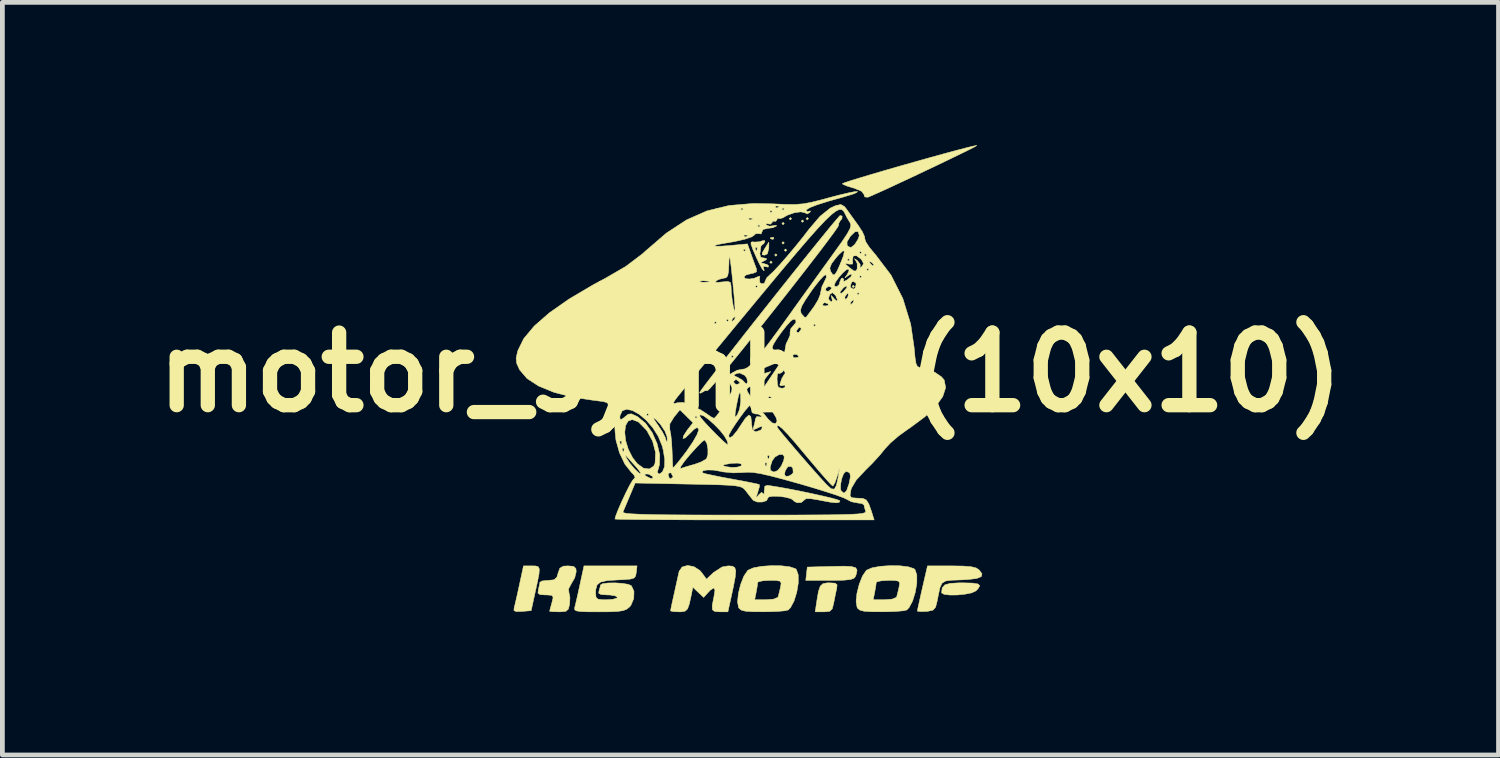
<source format=kicad_pcb>
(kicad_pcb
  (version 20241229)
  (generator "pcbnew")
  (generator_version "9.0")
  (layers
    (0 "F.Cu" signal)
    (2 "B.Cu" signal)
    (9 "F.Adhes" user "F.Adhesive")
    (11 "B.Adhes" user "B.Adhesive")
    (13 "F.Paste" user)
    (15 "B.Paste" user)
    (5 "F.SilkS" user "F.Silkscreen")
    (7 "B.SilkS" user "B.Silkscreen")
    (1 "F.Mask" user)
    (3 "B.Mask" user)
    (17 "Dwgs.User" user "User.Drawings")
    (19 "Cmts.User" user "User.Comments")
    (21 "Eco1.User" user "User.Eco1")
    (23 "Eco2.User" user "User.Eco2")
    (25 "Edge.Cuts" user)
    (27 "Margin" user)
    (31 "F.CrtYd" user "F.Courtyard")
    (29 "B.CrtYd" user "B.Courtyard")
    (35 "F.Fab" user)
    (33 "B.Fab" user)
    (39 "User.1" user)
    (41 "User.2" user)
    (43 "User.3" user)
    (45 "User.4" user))
  (footprint "motor_symbol(10x10)"
    (layer "F.Cu")
    (at 12.707 4.768)
    (property "Reference" "motor_symbol(10x10)" (at 0 0 0) (layer "F.SilkS") (effects (font (size 1.524 1.524) (thickness 0.3))))
    (attr through_hole)
    (fp_poly (pts (xy 0.457 -2.311) (xy 0.432 -2.286) (xy 0.406 -2.311) (xy 0.432 -2.337) (xy 0.457 -2.311)) (stroke (width 0.01) (type solid)) (fill yes) (layer "F.SilkS"))
    (fp_poly (pts (xy 0.559 -2.464) (xy 0.533 -2.438) (xy 0.508 -2.464) (xy 0.533 -2.489) (xy 0.559 -2.464)) (stroke (width 0.01) (type solid)) (fill yes) (layer "F.SilkS"))
    (fp_poly (pts (xy 0.711 -3.124) (xy 0.686 -3.099) (xy 0.66 -3.124) (xy 0.686 -3.15) (xy 0.711 -3.124)) (stroke (width 0.01) (type solid)) (fill yes) (layer "F.SilkS"))
    (fp_poly (pts (xy 0.711 -2.718) (xy 0.686 -2.692) (xy 0.66 -2.718) (xy 0.686 -2.743) (xy 0.711 -2.718)) (stroke (width 0.01) (type solid)) (fill yes) (layer "F.SilkS"))
    (fp_poly (pts (xy 0.762 -2.565) (xy 0.737 -2.54) (xy 0.711 -2.565) (xy 0.737 -2.591) (xy 0.762 -2.565)) (stroke (width 0.01) (type solid)) (fill yes) (layer "F.SilkS"))
    (fp_poly (pts (xy 0.813 -0.025) (xy 0.787 0) (xy 0.762 -0.025) (xy 0.787 -0.051) (xy 0.813 -0.025)) (stroke (width 0.01) (type solid)) (fill yes) (layer "F.SilkS"))
    (fp_poly (pts (xy 0.864 -3.226) (xy 0.838 -3.2) (xy 0.813 -3.226) (xy 0.838 -3.251) (xy 0.864 -3.226)) (stroke (width 0.01) (type solid)) (fill yes) (layer "F.SilkS"))
    (fp_poly (pts (xy 1.118 -3.175) (xy 1.092 -3.15) (xy 1.067 -3.175) (xy 1.092 -3.2) (xy 1.118 -3.175)) (stroke (width 0.01) (type solid)) (fill yes) (layer "F.SilkS"))
    (fp_poly (pts (xy 1.219 -3.226) (xy 1.194 -3.2) (xy 1.168 -3.226) (xy 1.194 -3.251) (xy 1.219 -3.226)) (stroke (width 0.01) (type solid)) (fill yes) (layer "F.SilkS"))
    (fp_poly (pts (xy 2.184 -1.803) (xy 2.159 -1.778) (xy 2.134 -1.803) (xy 2.159 -1.829) (xy 2.184 -1.803)) (stroke (width 0.01) (type solid)) (fill yes) (layer "F.SilkS"))
    (fp_poly (pts (xy 0.491 -2.828) (xy 0.484 -2.798) (xy 0.457 -2.794) (xy 0.415 -2.813) (xy 0.423 -2.828) (xy 0.484 -2.834) (xy 0.491 -2.828)) (stroke (width 0.01) (type solid)) (fill yes) (layer "F.SilkS"))
    (fp_poly (pts (xy 0.388 -2.699) (xy 0.386 -2.603) (xy 0.357 -2.488) (xy 0.298 -2.46) (xy 0.245 -2.469) (xy 0.251 -2.513) (xy 0.295 -2.589) (xy 0.355 -2.685) (xy 0.384 -2.732) (xy 0.388 -2.699)) (stroke (width 0.01) (type solid)) (fill yes) (layer "F.SilkS"))
    (fp_poly (pts (xy 2.122 4.078) (xy 2.21 4.103) (xy 2.239 4.152) (xy 2.225 4.232) (xy 2.204 4.288) (xy 2.172 4.326) (xy 2.099 4.35) (xy 1.967 4.364) (xy 1.757 4.369) (xy 1.668 4.369) (xy 1.162 4.369) (xy 1.178 4.229) (xy 1.194 4.089) (xy 1.714 4.075) (xy 1.962 4.07) (xy 2.122 4.078)) (stroke (width 0.01) (type solid)) (fill yes) (layer "F.SilkS"))
    (fp_poly (pts (xy -4.507 4.066) (xy -4.454 4.083) (xy -4.433 4.132) (xy -4.439 4.232) (xy -4.472 4.4) (xy -4.515 4.597) (xy -4.604 5.004) (xy -4.796 5.02) (xy -4.919 5.024) (xy -4.966 4.999) (xy -4.961 4.944) (xy -4.938 4.851) (xy -4.901 4.691) (xy -4.858 4.495) (xy -4.85 4.458) (xy -4.765 4.064) (xy -4.592 4.064) (xy -4.507 4.066)) (stroke (width 0.01) (type solid)) (fill yes) (layer "F.SilkS"))
    (fp_poly (pts (xy 1.779 4.427) (xy 1.82 4.462) (xy 1.812 4.534) (xy 1.785 4.662) (xy 1.753 4.822) (xy 1.75 4.839) (xy 1.719 4.964) (xy 1.666 5.017) (xy 1.557 5.029) (xy 1.538 5.029) (xy 1.36 5.029) (xy 1.395 4.794) (xy 1.428 4.602) (xy 1.466 4.49) (xy 1.523 4.437) (xy 1.614 4.42) (xy 1.662 4.42) (xy 1.779 4.427)) (stroke (width 0.01) (type solid)) (fill yes) (layer "F.SilkS"))
    (fp_poly (pts (xy 4.661 4.425) (xy 4.78 4.444) (xy 4.816 4.482) (xy 4.778 4.546) (xy 4.733 4.59) (xy 4.647 4.63) (xy 4.507 4.658) (xy 4.343 4.675) (xy 4.187 4.676) (xy 4.067 4.662) (xy 4.014 4.631) (xy 4.013 4.627) (xy 4.027 4.525) (xy 4.081 4.463) (xy 4.194 4.431) (xy 4.385 4.42) (xy 4.45 4.42) (xy 4.661 4.425)) (stroke (width 0.01) (type solid)) (fill yes) (layer "F.SilkS"))
    (fp_poly (pts (xy 4.466 4.068) (xy 4.633 4.081) (xy 4.738 4.107) (xy 4.799 4.146) (xy 4.862 4.23) (xy 4.848 4.289) (xy 4.752 4.328) (xy 4.566 4.351) (xy 4.429 4.358) (xy 4.225 4.365) (xy 4.098 4.381) (xy 4.024 4.426) (xy 3.98 4.519) (xy 3.945 4.68) (xy 3.922 4.801) (xy 3.888 4.932) (xy 3.834 4.993) (xy 3.727 5.017) (xy 3.694 5.02) (xy 3.572 5.024) (xy 3.508 5.015) (xy 3.505 5.011) (xy 3.516 4.954) (xy 3.545 4.821) (xy 3.586 4.636) (xy 3.611 4.525) (xy 3.718 4.064) (xy 4.217 4.064) (xy 4.466 4.068)) (stroke (width 0.01) (type solid)) (fill yes) (layer "F.SilkS"))
    (fp_poly (pts (xy 4.754 -4.763) (xy 4.714 -4.738) (xy 4.598 -4.678) (xy 4.418 -4.59) (xy 4.191 -4.48) (xy 3.932 -4.355) (xy 3.654 -4.223) (xy 3.373 -4.09) (xy 3.104 -3.965) (xy 2.862 -3.852) (xy 2.661 -3.761) (xy 2.516 -3.697) (xy 2.464 -3.676) (xy 2.399 -3.684) (xy 2.388 -3.729) (xy 2.337 -3.8) (xy 2.188 -3.863) (xy 2.159 -3.872) (xy 2.024 -3.913) (xy 1.942 -3.949) (xy 1.93 -3.961) (xy 1.977 -3.982) (xy 2.107 -4.025) (xy 2.305 -4.086) (xy 2.556 -4.161) (xy 2.845 -4.246) (xy 3.158 -4.336) (xy 3.48 -4.427) (xy 3.795 -4.516) (xy 4.089 -4.597) (xy 4.347 -4.666) (xy 4.553 -4.72) (xy 4.694 -4.754) (xy 4.753 -4.763) (xy 4.754 -4.763)) (stroke (width 0.01) (type solid)) (fill yes) (layer "F.SilkS"))
    (fp_poly (pts (xy -3.713 4.074) (xy -3.665 4.119) (xy -3.658 4.185) (xy -3.689 4.314) (xy -3.754 4.426) (xy -3.819 4.548) (xy -3.811 4.622) (xy -3.79 4.724) (xy -3.796 4.863) (xy -3.796 4.864) (xy -3.822 4.971) (xy -3.876 5.018) (xy -3.993 5.029) (xy -4.019 5.029) (xy -4.144 5.026) (xy -4.212 5.019) (xy -4.216 5.016) (xy -4.204 4.964) (xy -4.173 4.853) (xy -4.169 4.838) (xy -4.143 4.729) (xy -4.167 4.683) (xy -4.265 4.674) (xy -4.302 4.674) (xy -4.42 4.667) (xy -4.461 4.633) (xy -4.452 4.559) (xy -4.427 4.454) (xy -4.42 4.407) (xy -4.375 4.381) (xy -4.265 4.369) (xy -4.246 4.369) (xy -4.124 4.356) (xy -4.064 4.301) (xy -4.039 4.216) (xy -4.002 4.112) (xy -3.929 4.07) (xy -3.831 4.064) (xy -3.713 4.074)) (stroke (width 0.01) (type solid)) (fill yes) (layer "F.SilkS"))
    (fp_poly (pts (xy 0.305 -2.746) (xy 0.274 -2.694) (xy 0.262 -2.692) (xy 0.222 -2.652) (xy 0.218 -2.629) (xy 0.204 -2.522) (xy 0.197 -2.492) (xy 0.214 -2.422) (xy 0.241 -2.409) (xy 0.336 -2.39) (xy 0.335 -2.365) (xy 0.279 -2.337) (xy 0.216 -2.303) (xy 0.244 -2.291) (xy 0.264 -2.29) (xy 0.356 -2.26) (xy 0.381 -2.236) (xy 0.372 -2.208) (xy 0.325 -2.219) (xy 0.265 -2.228) (xy 0.274 -2.193) (xy 0.29 -2.14) (xy 0.28 -2.134) (xy 0.244 -2.176) (xy 0.184 -2.287) (xy 0.124 -2.414) (xy 0.048 -2.588) (xy 0.048 -2.591) (xy 0.102 -2.591) (xy 0.12 -2.549) (xy 0.135 -2.557) (xy 0.142 -2.617) (xy 0.135 -2.625) (xy 0.105 -2.618) (xy 0.102 -2.591) (xy 0.048 -2.591) (xy 0.012 -2.688) (xy 0.013 -2.733) (xy 0.049 -2.741) (xy 0.089 -2.735) (xy 0.201 -2.743) (xy 0.241 -2.76) (xy 0.297 -2.768) (xy 0.305 -2.746)) (stroke (width 0.01) (type solid)) (fill yes) (layer "F.SilkS"))
    (fp_poly (pts (xy -1.186 4.08) (xy -1.061 4.161) (xy -1.024 4.204) (xy -0.922 4.343) (xy -0.776 4.204) (xy -0.595 4.087) (xy -0.467 4.064) (xy -0.381 4.07) (xy -0.329 4.099) (xy -0.308 4.168) (xy -0.318 4.292) (xy -0.355 4.489) (xy -0.389 4.647) (xy -0.473 5.029) (xy -0.643 5.029) (xy -0.747 5.022) (xy -0.798 4.986) (xy -0.803 4.898) (xy -0.772 4.738) (xy -0.766 4.712) (xy -0.745 4.574) (xy -0.768 4.527) (xy -0.838 4.57) (xy -0.89 4.624) (xy -0.982 4.726) (xy -1.096 4.619) (xy -1.209 4.513) (xy -1.243 4.682) (xy -1.283 4.864) (xy -1.32 4.968) (xy -1.372 5.015) (xy -1.454 5.029) (xy -1.502 5.029) (xy -1.618 5.024) (xy -1.675 5.01) (xy -1.676 5.007) (xy -1.673 4.984) (xy -1.662 4.925) (xy -1.639 4.818) (xy -1.601 4.648) (xy -1.547 4.402) (xy -1.497 4.178) (xy -1.434 4.087) (xy -1.32 4.055) (xy -1.186 4.08)) (stroke (width 0.01) (type solid)) (fill yes) (layer "F.SilkS"))
    (fp_poly (pts (xy 0.647 4.062) (xy 0.825 4.083) (xy 0.944 4.122) (xy 0.965 4.141) (xy 1.004 4.253) (xy 1.005 4.424) (xy 0.973 4.617) (xy 0.916 4.801) (xy 0.841 4.942) (xy 0.792 4.99) (xy 0.72 5.007) (xy 0.571 5.02) (xy 0.373 5.027) (xy 0.268 5.028) (xy 0.042 5.026) (xy -0.103 5.016) (xy -0.189 4.994) (xy -0.236 4.957) (xy -0.25 4.936) (xy -0.271 4.816) (xy -0.266 4.775) (xy 0.089 4.775) (xy 0.325 4.775) (xy 0.486 4.762) (xy 0.573 4.726) (xy 0.582 4.712) (xy 0.607 4.617) (xy 0.632 4.508) (xy 0.645 4.426) (xy 0.621 4.385) (xy 0.538 4.37) (xy 0.407 4.369) (xy 0.262 4.377) (xy 0.17 4.397) (xy 0.152 4.413) (xy 0.143 4.491) (xy 0.121 4.615) (xy 0.121 4.616) (xy 0.089 4.775) (xy -0.266 4.775) (xy -0.253 4.642) (xy -0.205 4.452) (xy -0.138 4.28) (xy -0.059 4.163) (xy -0.049 4.154) (xy 0.062 4.105) (xy 0.236 4.073) (xy 0.441 4.059) (xy 0.647 4.062)) (stroke (width 0.01) (type solid)) (fill yes) (layer "F.SilkS"))
    (fp_poly (pts (xy 3.137 4.062) (xy 3.314 4.083) (xy 3.433 4.122) (xy 3.455 4.141) (xy 3.494 4.253) (xy 3.494 4.424) (xy 3.462 4.617) (xy 3.405 4.801) (xy 3.33 4.942) (xy 3.282 4.99) (xy 3.209 5.007) (xy 3.06 5.02) (xy 2.863 5.027) (xy 2.758 5.028) (xy 2.532 5.026) (xy 2.386 5.016) (xy 2.3 4.994) (xy 2.253 4.957) (xy 2.24 4.936) (xy 2.219 4.816) (xy 2.223 4.775) (xy 2.578 4.775) (xy 2.815 4.775) (xy 2.975 4.762) (xy 3.062 4.726) (xy 3.071 4.712) (xy 3.096 4.617) (xy 3.121 4.508) (xy 3.134 4.426) (xy 3.111 4.385) (xy 3.028 4.37) (xy 2.897 4.369) (xy 2.751 4.377) (xy 2.659 4.397) (xy 2.642 4.413) (xy 2.632 4.491) (xy 2.61 4.615) (xy 2.61 4.616) (xy 2.578 4.775) (xy 2.223 4.775) (xy 2.236 4.642) (xy 2.284 4.452) (xy 2.351 4.28) (xy 2.43 4.163) (xy 2.44 4.154) (xy 2.552 4.105) (xy 2.725 4.073) (xy 2.93 4.059) (xy 3.137 4.062)) (stroke (width 0.01) (type solid)) (fill yes) (layer "F.SilkS"))
    (fp_poly (pts (xy -2.397 4.204) (xy -2.41 4.275) (xy -2.443 4.318) (xy -2.518 4.341) (xy -2.659 4.353) (xy -2.793 4.359) (xy -3.011 4.373) (xy -3.147 4.404) (xy -3.219 4.462) (xy -3.247 4.56) (xy -3.25 4.636) (xy -3.243 4.721) (xy -3.202 4.762) (xy -3.099 4.775) (xy -3.023 4.775) (xy -2.886 4.765) (xy -2.804 4.74) (xy -2.794 4.724) (xy -2.839 4.693) (xy -2.952 4.675) (xy -3.003 4.674) (xy -3.134 4.666) (xy -3.185 4.639) (xy -3.18 4.593) (xy -3.153 4.496) (xy -3.15 4.466) (xy -3.105 4.438) (xy -2.991 4.423) (xy -2.842 4.421) (xy -2.688 4.431) (xy -2.562 4.453) (xy -2.499 4.481) (xy -2.445 4.598) (xy -2.45 4.75) (xy -2.51 4.892) (xy -2.54 4.928) (xy -2.598 4.974) (xy -2.676 5.004) (xy -2.794 5.021) (xy -2.976 5.028) (xy -3.178 5.029) (xy -3.417 5.028) (xy -3.571 5.022) (xy -3.657 5.008) (xy -3.691 4.983) (xy -3.691 4.945) (xy -3.69 4.94) (xy -3.668 4.85) (xy -3.631 4.691) (xy -3.588 4.496) (xy -3.58 4.458) (xy -3.495 4.064) (xy -2.381 4.064) (xy -2.397 4.204)) (stroke (width 0.01) (type solid)) (fill yes) (layer "F.SilkS"))
    (fp_poly (pts (xy 1.926 -3.28) (xy 1.921 -3.224) (xy 1.879 -3.174) (xy 1.849 -3.114) (xy 1.856 -3.096) (xy 1.831 -3.049) (xy 1.751 -2.933) (xy 1.622 -2.759) (xy 1.453 -2.535) (xy 1.251 -2.273) (xy 1.024 -1.981) (xy 0.781 -1.67) (xy 0.528 -1.35) (xy 0.273 -1.029) (xy 0.024 -0.719) (xy -0.21 -0.428) (xy -0.423 -0.167) (xy -0.606 0.054) (xy -0.752 0.227) (xy -0.852 0.34) (xy -0.9 0.384) (xy -0.903 0.384) (xy -0.959 0.388) (xy -0.999 0.413) (xy -1.055 0.44) (xy -1.066 0.425) (xy -1.035 0.377) (xy -0.949 0.259) (xy -0.813 0.082) (xy -0.637 -0.146) (xy -0.494 -0.33) (xy -0.406 -0.33) (xy -0.381 -0.305) (xy -0.356 -0.33) (xy -0.381 -0.356) (xy -0.406 -0.33) (xy -0.494 -0.33) (xy -0.428 -0.414) (xy -0.193 -0.713) (xy -0.095 -0.838) (xy 0 -0.838) (xy 0.025 -0.813) (xy 0.051 -0.838) (xy 0.025 -0.864) (xy 0 -0.838) (xy -0.095 -0.838) (xy 0.059 -1.034) (xy 0.322 -1.366) (xy 0.587 -1.7) (xy 0.847 -2.026) (xy 1.094 -2.335) (xy 1.321 -2.617) (xy 1.52 -2.862) (xy 1.683 -3.062) (xy 1.803 -3.205) (xy 1.871 -3.282) (xy 1.884 -3.294) (xy 1.926 -3.28)) (stroke (width 0.01) (type solid)) (fill yes) (layer "F.SilkS"))
    (fp_poly (pts (xy 2.233 -3.776) (xy 2.14 -3.738) (xy 1.987 -3.692) (xy 1.978 -3.689) (xy 1.644 -3.595) (xy 1.402 -3.519) (xy 1.248 -3.459) (xy 1.176 -3.413) (xy 1.168 -3.397) (xy 1.201 -3.372) (xy 1.227 -3.383) (xy 1.262 -3.389) (xy 1.248 -3.358) (xy 1.191 -3.325) (xy 1.146 -3.35) (xy 1.057 -3.37) (xy 0.919 -3.35) (xy 0.774 -3.299) (xy 0.681 -3.244) (xy 0.611 -3.225) (xy 0.592 -3.235) (xy 0.562 -3.229) (xy 0.559 -3.206) (xy 0.529 -3.168) (xy 0.508 -3.175) (xy 0.461 -3.168) (xy 0.457 -3.147) (xy 0.42 -3.111) (xy 0.378 -3.118) (xy 0.326 -3.122) (xy 0.332 -3.096) (xy 0.4 -3.068) (xy 0.474 -3.078) (xy 0.543 -3.089) (xy 0.544 -3.069) (xy 0.468 -3.036) (xy 0.366 -3.023) (xy 0.263 -2.999) (xy 0.243 -2.951) (xy 0.224 -2.905) (xy 0.183 -2.912) (xy 0.109 -2.911) (xy 0.091 -2.89) (xy 0.029 -2.845) (xy -0.118 -2.795) (xy -0.334 -2.746) (xy -0.533 -2.712) (xy -0.692 -2.683) (xy -0.755 -2.661) (xy -0.727 -2.649) (xy -0.614 -2.649) (xy -0.425 -2.663) (xy -0.062 -2.697) (xy 0.014 -2.479) (xy 0.069 -2.326) (xy 0.115 -2.203) (xy 0.126 -2.175) (xy 0.128 -2.11) (xy 0.052 -2.078) (xy 0.021 -2.074) (xy -0.088 -2.045) (xy -0.136 -2.005) (xy -0.11 -1.969) (xy -0.024 -1.959) (xy 0.082 -1.976) (xy 0.151 -2.006) (xy 0.199 -2.019) (xy 0.19 -1.968) (xy 0.198 -1.885) (xy 0.232 -1.86) (xy 0.295 -1.87) (xy 0.305 -1.904) (xy 0.343 -1.986) (xy 0.406 -2.046) (xy 0.486 -2.12) (xy 0.612 -2.255) (xy 0.768 -2.433) (xy 0.938 -2.635) (xy 1.106 -2.843) (xy 1.235 -3.011) (xy 1.462 -3.276) (xy 1.676 -3.448) (xy 1.789 -3.501) (xy 1.899 -3.524) (xy 1.975 -3.481) (xy 2.019 -3.425) (xy 2.103 -3.308) (xy 2.213 -3.156) (xy 2.265 -3.084) (xy 2.351 -2.951) (xy 2.398 -2.845) (xy 2.401 -2.806) (xy 2.422 -2.74) (xy 2.498 -2.624) (xy 2.614 -2.484) (xy 2.627 -2.47) (xy 2.953 -2.04) (xy 3.2 -1.55) (xy 3.365 -1.014) (xy 3.437 -0.522) (xy 3.456 -0.315) (xy 3.476 -0.188) (xy 3.505 -0.125) (xy 3.547 -0.103) (xy 3.569 -0.102) (xy 3.713 -0.072) (xy 3.874 0.000186) (xy 4.01 0.093) (xy 4.069 0.162) (xy 4.099 0.322) (xy 4.038 0.509) (xy 3.89 0.716) (xy 3.66 0.936) (xy 3.353 1.164) (xy 3.303 1.197) (xy 3.117 1.331) (xy 2.947 1.476) (xy 2.828 1.602) (xy 2.822 1.61) (xy 2.71 1.747) (xy 2.557 1.913) (xy 2.412 2.057) (xy 2.223 2.26) (xy 2.121 2.431) (xy 2.108 2.477) (xy 2.092 2.586) (xy 2.122 2.632) (xy 2.222 2.641) (xy 2.258 2.642) (xy 2.363 2.648) (xy 2.432 2.68) (xy 2.484 2.76) (xy 2.538 2.909) (xy 2.562 2.985) (xy 2.598 3.099) (xy -0.124 3.099) (xy -0.639 3.098) (xy -1.122 3.098) (xy -1.564 3.096) (xy -1.956 3.094) (xy -2.288 3.092) (xy -2.551 3.089) (xy -2.735 3.086) (xy -2.832 3.082) (xy -2.845 3.08) (xy -2.824 3.003) (xy -2.796 2.934) (xy -2.677 2.934) (xy -2.664 2.948) (xy -2.607 2.961) (xy -2.5 2.971) (xy -2.335 2.979) (xy -2.105 2.986) (xy -1.805 2.991) (xy -1.426 2.994) (xy -0.963 2.996) (xy -0.407 2.997) (xy -0.127 2.997) (xy 0.453 2.997) (xy 0.94 2.996) (xy 1.341 2.994) (xy 1.664 2.992) (xy 1.917 2.987) (xy 2.109 2.981) (xy 2.247 2.974) (xy 2.339 2.964) (xy 2.393 2.951) (xy 2.417 2.936) (xy 2.419 2.919) (xy 2.418 2.917) (xy 2.391 2.82) (xy 2.388 2.79) (xy 2.344 2.756) (xy 2.252 2.743) (xy 2.118 2.717) (xy 2.036 2.673) (xy 1.963 2.637) (xy 1.81 2.58) (xy 1.591 2.508) (xy 1.325 2.426) (xy 1.029 2.339) (xy 1.021 2.337) (xy 0.676 2.241) (xy 0.412 2.172) (xy 0.297 2.146) (xy 0.715 2.146) (xy 0.744 2.184) (xy 0.813 2.176) (xy 0.88 2.132) (xy 0.898 2.103) (xy 0.89 2.012) (xy 0.858 1.978) (xy 0.787 1.98) (xy 0.732 2.062) (xy 0.715 2.146) (xy 0.297 2.146) (xy 0.213 2.127) (xy 0.061 2.103) (xy -0.058 2.097) (xy -0.158 2.104) (xy -0.365 2.111) (xy -0.579 2.09) (xy -0.631 2.078) (xy -0.778 2.053) (xy -0.908 2.05) (xy -0.995 2.066) (xy -1.013 2.1) (xy -1.006 2.109) (xy -0.949 2.128) (xy -0.813 2.158) (xy -0.619 2.198) (xy -0.404 2.238) (xy -0.175 2.28) (xy 0.014 2.317) (xy 0.143 2.344) (xy 0.19 2.358) (xy 0.186 2.411) (xy 0.154 2.518) (xy 0.154 2.52) (xy 0.123 2.614) (xy 0.132 2.623) (xy 0.172 2.575) (xy 0.234 2.518) (xy 0.27 2.549) (xy 0.271 2.55) (xy 0.288 2.559) (xy 0.289 2.489) (xy 0.303 2.391) (xy 0.356 2.372) (xy 0.542 2.401) (xy 0.77 2.441) (xy 1.018 2.489) (xy 1.267 2.541) (xy 1.498 2.592) (xy 1.69 2.637) (xy 1.824 2.674) (xy 1.879 2.697) (xy 1.88 2.698) (xy 1.863 2.73) (xy 1.803 2.74) (xy 1.68 2.727) (xy 1.479 2.69) (xy 1.447 2.683) (xy 1.27 2.653) (xy 1.171 2.652) (xy 1.13 2.68) (xy 1.129 2.683) (xy 1.07 2.732) (xy 0.979 2.739) (xy 0.911 2.702) (xy 0.906 2.691) (xy 0.852 2.653) (xy 0.74 2.623) (xy 0.603 2.604) (xy 0.474 2.601) (xy 0.386 2.615) (xy 0.366 2.641) (xy 0.338 2.694) (xy 0.25 2.723) (xy 0.145 2.723) (xy 0.061 2.689) (xy 0.054 2.681) (xy -0.016 2.594) (xy -0.094 2.493) (xy -0.127 2.453) (xy -0.166 2.422) (xy -0.224 2.399) (xy -0.314 2.383) (xy -0.451 2.371) (xy -0.648 2.362) (xy -0.918 2.355) (xy -1.276 2.347) (xy -1.304 2.347) (xy -2.42 2.324) (xy -2.535 2.597) (xy -2.602 2.757) (xy -2.656 2.883) (xy -2.677 2.934) (xy -2.796 2.934) (xy -2.769 2.865) (xy -2.694 2.695) (xy -2.612 2.521) (xy -2.536 2.371) (xy -2.479 2.274) (xy -2.463 2.255) (xy -2.421 2.205) (xy -2.451 2.146) (xy -2.455 2.143) (xy -2.232 2.143) (xy -2.195 2.178) (xy -2.184 2.184) (xy -2.091 2.229) (xy -2.047 2.222) (xy -2.057 2.184) (xy -2.104 2.156) (xy -1.727 2.156) (xy -1.701 2.226) (xy -1.676 2.235) (xy -1.627 2.199) (xy -1.626 2.187) (xy -1.663 2.119) (xy -1.676 2.108) (xy -1.72 2.12) (xy -1.727 2.156) (xy -2.104 2.156) (xy -2.13 2.14) (xy -2.175 2.134) (xy -2.232 2.143) (xy -2.455 2.143) (xy -2.497 2.103) (xy -2.636 1.928) (xy -2.721 1.749) (xy -2.625 1.749) (xy -2.601 1.803) (xy -2.532 1.909) (xy -2.439 2.02) (xy -2.351 2.105) (xy -2.3 2.134) (xy -2.31 2.101) (xy -2.373 2.017) (xy -2.416 1.968) (xy -2.518 1.855) (xy -2.595 1.769) (xy -2.609 1.753) (xy -2.625 1.749) (xy -2.721 1.749) (xy -2.75 1.688) (xy -2.767 1.626) (xy -2.692 1.626) (xy -2.674 1.667) (xy -2.659 1.659) (xy -2.652 1.599) (xy -2.659 1.592) (xy -2.689 1.599) (xy -2.692 1.626) (xy -2.767 1.626) (xy -2.81 1.473) (xy -2.743 1.473) (xy -2.725 1.515) (xy -2.709 1.507) (xy -2.703 1.447) (xy -2.709 1.439) (xy -2.74 1.446) (xy -2.743 1.473) (xy -2.81 1.473) (xy -2.824 1.422) (xy -2.84 1.26) (xy -2.639 1.26) (xy -2.621 1.43) (xy -2.566 1.611) (xy -2.476 1.789) (xy -2.376 1.917) (xy -2.246 2.012) (xy -2.123 2.029) (xy -2.031 1.97) (xy -2.002 1.905) (xy -1.992 1.682) (xy -2.055 1.443) (xy -2.176 1.221) (xy -2.34 1.052) (xy -2.36 1.038) (xy -2.482 0.992) (xy -2.569 1.025) (xy -2.622 1.12) (xy -2.639 1.26) (xy -2.84 1.26) (xy -2.844 1.214) (xy -2.854 1.023) (xy -2.863 0.96) (xy -2.742 0.96) (xy -2.725 0.996) (xy -2.661 0.957) (xy -2.639 0.937) (xy -2.565 0.879) (xy -2.5 0.872) (xy -2.4 0.916) (xy -2.365 0.935) (xy -2.203 1.068) (xy -2.063 1.266) (xy -1.96 1.497) (xy -1.904 1.732) (xy -1.91 1.94) (xy -1.926 1.994) (xy -1.954 2.095) (xy -1.93 2.131) (xy -1.908 2.134) (xy -1.848 2.09) (xy -1.819 2.02) (xy -1.475 2.02) (xy -1.464 2.019) (xy -1.36 1.985) (xy -1.26 1.956) (xy -0.581 1.956) (xy -0.526 1.976) (xy -0.508 1.981) (xy -0.384 1.997) (xy -0.29 1.991) (xy 0.414 1.991) (xy 0.422 2.06) (xy 0.485 2.091) (xy 0.495 2.093) (xy 0.571 2.063) (xy 0.647 1.97) (xy 0.7 1.848) (xy 0.711 1.772) (xy 0.678 1.723) (xy 0.602 1.728) (xy 0.517 1.776) (xy 0.457 1.856) (xy 0.456 1.858) (xy 0.414 1.991) (xy -0.29 1.991) (xy -0.268 1.989) (xy -0.193 1.964) (xy -0.187 1.93) (xy 0.305 1.93) (xy 0.323 1.972) (xy 0.339 1.964) (xy 0.345 1.904) (xy 0.339 1.897) (xy 0.308 1.904) (xy 0.305 1.93) (xy -0.187 1.93) (xy -0.187 1.926) (xy -0.188 1.925) (xy -0.261 1.906) (xy -0.391 1.91) (xy -0.433 1.916) (xy -0.553 1.939) (xy -0.581 1.956) (xy -1.26 1.956) (xy -1.212 1.942) (xy -1.177 1.933) (xy -1.036 1.882) (xy -0.934 1.824) (xy -0.92 1.81) (xy -0.91 1.778) (xy 0.356 1.778) (xy 0.374 1.82) (xy 0.389 1.812) (xy 0.396 1.752) (xy 0.389 1.744) (xy 0.359 1.751) (xy 0.356 1.778) (xy -0.91 1.778) (xy -0.893 1.728) (xy -0.893 1.609) (xy -0.914 1.495) (xy -0.952 1.428) (xy -0.967 1.422) (xy -1.016 1.458) (xy -1.112 1.554) (xy -1.237 1.691) (xy -1.278 1.737) (xy -1.391 1.875) (xy -1.46 1.975) (xy -1.475 2.02) (xy -1.819 2.02) (xy -1.804 1.984) (xy -1.804 1.982) (xy -1.799 1.833) (xy -1.83 1.635) (xy -1.853 1.546) (xy -1.935 1.345) (xy -2.051 1.162) (xy -2.189 1.004) (xy -2.249 0.953) (xy -2.034 0.953) (xy -2.024 0.986) (xy -1.952 1.093) (xy -1.938 1.113) (xy -1.847 1.253) (xy -1.787 1.371) (xy -1.774 1.417) (xy -1.76 1.46) (xy -1.746 1.439) (xy -1.75 1.355) (xy -1.794 1.237) (xy -1.795 1.235) (xy -1.823 1.194) (xy -1.694 1.194) (xy -1.673 1.297) (xy -1.655 1.463) (xy -1.646 1.626) (xy -1.639 1.802) (xy -1.633 1.938) (xy -1.63 2) (xy -1.601 1.982) (xy -1.526 1.896) (xy -1.418 1.758) (xy -1.341 1.656) (xy -1.208 1.461) (xy -1.12 1.306) (xy -1.085 1.207) (xy -1.087 1.19) (xy -1.12 1.159) (xy -1.184 1.196) (xy -1.268 1.281) (xy -1.368 1.376) (xy -1.416 1.39) (xy -1.405 1.335) (xy -1.331 1.219) (xy -1.314 1.196) (xy -1.205 1.058) (xy -1.325 0.94) (xy -1.168 0.94) (xy -1.143 0.965) (xy -1.118 0.94) (xy -1.143 0.914) (xy -1.168 0.94) (xy -1.325 0.94) (xy -1.351 0.914) (xy -1.067 0.914) (xy -1.034 0.964) (xy -0.948 1.063) (xy -0.831 1.188) (xy -0.703 1.318) (xy -0.586 1.431) (xy -0.501 1.506) (xy -0.472 1.524) (xy -0.476 1.484) (xy -0.491 1.435) (xy -0.547 1.335) (xy -0.548 1.334) (xy -0.457 1.334) (xy -0.435 1.377) (xy -0.373 1.339) (xy -0.281 1.228) (xy -0.205 1.112) (xy -0.101 0.958) (xy -0.032 0.897) (xy 0.008 0.928) (xy 0.023 1.05) (xy 0.024 1.082) (xy 0.04 1.199) (xy 0.094 1.242) (xy 0.123 1.245) (xy 0.215 1.214) (xy 0.243 1.176) (xy 0.244 1.147) (xy 0.559 1.147) (xy 0.59 1.193) (xy 0.676 1.299) (xy 0.803 1.45) (xy 0.957 1.631) (xy 1.125 1.826) (xy 1.295 2.02) (xy 1.452 2.197) (xy 1.584 2.341) (xy 1.6 2.358) (xy 1.695 2.444) (xy 1.76 2.453) (xy 1.805 2.376) (xy 1.809 2.357) (xy 1.893 2.357) (xy 1.895 2.463) (xy 1.906 2.49) (xy 1.965 2.538) (xy 2.02 2.485) (xy 2.071 2.339) (xy 2.1 2.187) (xy 2.085 2.109) (xy 2.021 2.083) (xy 2.004 2.083) (xy 1.957 2.127) (xy 1.917 2.232) (xy 1.893 2.357) (xy 1.809 2.357) (xy 1.842 2.205) (xy 1.845 2.184) (xy 1.873 2.007) (xy 1.817 2.197) (xy 1.774 2.318) (xy 1.736 2.384) (xy 1.729 2.388) (xy 1.687 2.35) (xy 1.593 2.248) (xy 1.457 2.093) (xy 1.292 1.898) (xy 1.17 1.753) (xy 0.95 1.49) (xy 0.785 1.302) (xy 0.67 1.182) (xy 0.598 1.124) (xy 0.564 1.123) (xy 0.559 1.147) (xy 0.244 1.147) (xy 0.244 1.134) (xy 0.186 1.151) (xy 0.151 1.169) (xy 0.07 1.206) (xy 0.056 1.182) (xy 0.068 1.145) (xy 0.098 1.026) (xy 0.102 0.981) (xy 0.134 0.927) (xy 0.18 0.934) (xy 0.233 0.937) (xy 0.227 0.912) (xy 0.156 0.875) (xy 0.11 0.875) (xy 0.037 0.849) (xy 0.025 0.804) (xy 0.01 0.715) (xy -0.003 0.692) (xy -0.039 0.718) (xy -0.114 0.806) (xy -0.208 0.933) (xy -0.307 1.073) (xy -0.392 1.204) (xy -0.446 1.301) (xy -0.457 1.334) (xy -0.548 1.334) (xy -0.641 1.217) (xy -0.757 1.097) (xy -0.875 0.992) (xy -0.978 0.917) (xy -1.048 0.891) (xy -1.067 0.914) (xy -1.351 0.914) (xy -1.48 0.787) (xy -1.605 0.94) (xy -1.692 1.081) (xy -1.694 1.194) (xy -1.823 1.194) (xy -1.889 1.094) (xy -1.984 0.99) (xy -2.034 0.953) (xy -2.249 0.953) (xy -2.326 0.889) (xy -2.184 0.889) (xy -2.159 0.914) (xy -2.134 0.889) (xy -2.159 0.864) (xy -2.184 0.889) (xy -2.326 0.889) (xy -2.335 0.881) (xy -2.476 0.802) (xy -2.599 0.775) (xy -2.691 0.808) (xy -2.739 0.91) (xy -2.742 0.96) (xy -2.863 0.96) (xy -2.879 0.849) (xy -2.898 0.776) (xy -2.934 0.694) (xy -2.987 0.644) (xy -2.991 0.643) (xy -1.619 0.643) (xy -1.594 0.655) (xy -1.532 0.638) (xy -1.411 0.631) (xy -1.349 0.658) (xy -1.242 0.715) (xy -1.172 0.736) (xy -1.056 0.782) (xy -0.932 0.861) (xy -0.831 0.932) (xy -0.765 0.965) (xy -0.762 0.965) (xy -0.725 0.93) (xy -0.324 0.93) (xy -0.303 0.926) (xy -0.275 0.891) (xy -0.228 0.777) (xy -0.204 0.621) (xy -0.203 0.591) (xy -0.208 0.456) (xy -0.223 0.42) (xy -0.249 0.485) (xy -0.284 0.651) (xy -0.296 0.71) (xy -0.321 0.863) (xy -0.324 0.93) (xy -0.725 0.93) (xy -0.719 0.925) (xy -0.641 0.82) (xy -0.544 0.672) (xy -0.538 0.662) (xy -0.442 0.5) (xy -0.394 0.398) (xy -0.39 0.361) (xy -0.076 0.361) (xy -0.063 0.404) (xy -0.017 0.477) (xy 0.072 0.598) (xy 0.212 0.781) (xy 0.248 0.828) (xy 0.372 0.982) (xy 0.457 1.061) (xy 0.515 1.076) (xy 0.538 1.063) (xy 0.559 1.02) (xy 0.537 0.947) (xy 0.466 0.829) (xy 0.337 0.65) (xy 0.321 0.63) (xy 0.242 0.529) (xy 0.371 0.529) (xy 0.406 0.559) (xy 0.487 0.604) (xy 0.498 0.587) (xy 0.483 0.559) (xy 0.408 0.51) (xy 0.391 0.509) (xy 0.371 0.529) (xy 0.242 0.529) (xy 0.18 0.449) (xy 0.083 0.342) (xy 0.017 0.299) (xy -0.029 0.308) (xy -0.031 0.31) (xy -0.062 0.335) (xy -0.076 0.361) (xy -0.39 0.361) (xy -0.387 0.327) (xy -0.415 0.261) (xy -0.43 0.238) (xy -0.449 0.203) (xy -0.356 0.203) (xy -0.314 0.248) (xy -0.276 0.254) (xy -0.224 0.229) (xy -0.229 0.203) (xy -0.294 0.154) (xy -0.308 0.152) (xy -0.354 0.191) (xy -0.356 0.203) (xy -0.449 0.203) (xy -0.48 0.145) (xy -0.461 0.08) (xy -0.437 0.055) (xy -0.349 0.055) (xy -0.32 0.083) (xy -0.272 0.103) (xy -0.167 0.164) (xy -0.123 0.21) (xy -0.084 0.248) (xy -0.061 0.208) (xy -0.075 0.123) (xy -0.113 0.069) (xy 0.00039 0.069) (xy 0.04 0.092) (xy 0.102 0.082) (xy 0.237 0.04) (xy 0.315 0.017) (xy 0.427 -0.017) (xy 0.315 0.125) (xy 0.239 0.242) (xy 0.204 0.338) (xy 0.203 0.346) (xy 0.204 0.387) (xy 0.212 0.401) (xy 0.24 0.373) (xy 0.298 0.292) (xy 0.397 0.144) (xy 0.403 0.135) (xy 0.559 0.135) (xy 0.568 0.253) (xy 0.588 0.317) (xy 0.666 0.336) (xy 0.764 0.308) (xy 0.799 0.282) (xy 0.789 0.259) (xy 0.724 0.267) (xy 0.64 0.284) (xy 0.616 0.262) (xy 0.642 0.177) (xy 0.66 0.127) (xy 0.711 0.041) (xy 0.758 0.023) (xy 0.824 0.017) (xy 0.836 0.003) (xy 0.903 -0.025) (xy 0.941 -0.018) (xy 1.006 -0.019) (xy 1.016 -0.042) (xy 0.975 -0.077) (xy 0.914 -0.076) (xy 0.842 -0.081) (xy 0.811 -0.149) (xy 0.805 -0.219) (xy 0.799 -0.356) (xy 0.89 -0.356) (xy 0.901 -0.312) (xy 0.937 -0.305) (xy 1.006 -0.317) (xy 1.016 -0.327) (xy 0.979 -0.375) (xy 0.912 -0.376) (xy 0.89 -0.356) (xy 0.799 -0.356) (xy 0.798 -0.381) (xy 0.776 -0.234) (xy 0.738 -0.107) (xy 0.678 -0.012) (xy 0.616 0.026) (xy 0.59 0.015) (xy 0.569 0.035) (xy 0.559 0.128) (xy 0.559 0.135) (xy 0.403 0.135) (xy 0.449 0.067) (xy 0.66 -0.248) (xy 0.33 -0.111) (xy 0.167 -0.038) (xy 0.049 0.026) (xy 0.001 0.068) (xy 0.00039 0.069) (xy -0.113 0.069) (xy -0.117 0.064) (xy -0.227 0.013) (xy -0.288 0.024) (xy -0.349 0.055) (xy -0.437 0.055) (xy -0.409 0.027) (xy -0.28 -0.044) (xy -0.175 -0.064) (xy -0.119 -0.072) (xy -0.057 -0.103) (xy 0.018 -0.166) (xy 0.114 -0.268) (xy 0.237 -0.419) (xy 0.315 -0.521) (xy 0.457 -0.521) (xy 0.499 -0.436) (xy 0.592 -0.376) (xy 0.659 -0.369) (xy 0.719 -0.425) (xy 0.728 -0.482) (xy 0.749 -0.6) (xy 0.788 -0.676) (xy 0.832 -0.777) (xy 0.832 -0.836) (xy 0.836 -0.858) (xy 0.965 -0.858) (xy 0.996 -0.83) (xy 1.016 -0.838) (xy 1.065 -0.905) (xy 1.067 -0.92) (xy 1.036 -0.948) (xy 1.016 -0.94) (xy 0.967 -0.873) (xy 0.965 -0.858) (xy 0.836 -0.858) (xy 0.846 -0.915) (xy 0.887 -0.963) (xy 0.91 -0.991) (xy 1.321 -0.991) (xy 1.346 -0.965) (xy 1.372 -0.991) (xy 1.346 -1.016) (xy 1.321 -0.991) (xy 0.91 -0.991) (xy 0.956 -1.046) (xy 0.951 -1.103) (xy 0.902 -1.116) (xy 0.846 -1.076) (xy 0.757 -0.977) (xy 0.653 -0.845) (xy 0.555 -0.707) (xy 0.483 -0.59) (xy 0.457 -0.521) (xy 0.315 -0.521) (xy 0.395 -0.626) (xy 0.595 -0.897) (xy 0.844 -1.243) (xy 0.894 -1.313) (xy 1.052 -1.313) (xy 1.061 -1.252) (xy 1.077 -1.222) (xy 1.135 -1.158) (xy 1.17 -1.157) (xy 1.216 -1.218) (xy 1.297 -1.327) (xy 1.336 -1.381) (xy 1.35 -1.403) (xy 1.517 -1.403) (xy 1.575 -1.393) (xy 1.64 -1.41) (xy 1.633 -1.426) (xy 2.095 -1.426) (xy 2.102 -1.422) (xy 2.149 -1.458) (xy 2.159 -1.473) (xy 2.172 -1.521) (xy 2.165 -1.524) (xy 2.119 -1.488) (xy 2.108 -1.473) (xy 2.095 -1.426) (xy 1.633 -1.426) (xy 1.625 -1.443) (xy 1.553 -1.463) (xy 1.525 -1.443) (xy 1.517 -1.403) (xy 1.35 -1.403) (xy 1.42 -1.519) (xy 1.438 -1.562) (xy 1.639 -1.562) (xy 1.648 -1.528) (xy 1.701 -1.475) (xy 1.72 -1.509) (xy 1.707 -1.562) (xy 1.694 -1.615) (xy 1.725 -1.587) (xy 1.752 -1.552) (xy 1.811 -1.497) (xy 1.827 -1.519) (xy 1.806 -1.572) (xy 1.981 -1.572) (xy 1.998 -1.526) (xy 2.035 -1.566) (xy 2.051 -1.603) (xy 2.055 -1.651) (xy 2.235 -1.651) (xy 2.261 -1.626) (xy 2.286 -1.651) (xy 2.261 -1.676) (xy 2.235 -1.651) (xy 2.055 -1.651) (xy 2.055 -1.655) (xy 2.031 -1.651) (xy 1.983 -1.586) (xy 1.981 -1.572) (xy 1.806 -1.572) (xy 1.794 -1.6) (xy 1.779 -1.625) (xy 1.73 -1.667) (xy 1.88 -1.667) (xy 1.908 -1.658) (xy 1.956 -1.695) (xy 2.018 -1.771) (xy 2.032 -1.806) (xy 2.018 -1.807) (xy 2.098 -1.807) (xy 2.108 -1.778) (xy 2.164 -1.748) (xy 2.196 -1.769) (xy 2.22 -1.851) (xy 2.21 -1.88) (xy 2.154 -1.91) (xy 2.122 -1.888) (xy 2.098 -1.807) (xy 2.018 -1.807) (xy 2.001 -1.808) (xy 1.956 -1.778) (xy 1.892 -1.703) (xy 1.88 -1.667) (xy 1.73 -1.667) (xy 1.723 -1.672) (xy 1.673 -1.642) (xy 1.639 -1.562) (xy 1.438 -1.562) (xy 1.469 -1.641) (xy 1.473 -1.675) (xy 1.485 -1.726) (xy 1.575 -1.726) (xy 1.612 -1.7) (xy 1.651 -1.709) (xy 1.702 -1.757) (xy 1.698 -1.784) (xy 1.642 -1.807) (xy 1.587 -1.767) (xy 1.575 -1.726) (xy 1.485 -1.726) (xy 1.501 -1.798) (xy 1.513 -1.823) (xy 1.759 -1.823) (xy 1.761 -1.815) (xy 1.811 -1.796) (xy 1.863 -1.843) (xy 1.88 -1.908) (xy 1.91 -1.974) (xy 1.933 -1.981) (xy 1.963 -1.95) (xy 1.953 -1.927) (xy 1.963 -1.908) (xy 2.027 -1.939) (xy 2.109 -2.006) (xy 2.109 -2.007) (xy 2.286 -2.007) (xy 2.311 -1.981) (xy 2.337 -2.007) (xy 2.311 -2.032) (xy 2.286 -2.007) (xy 2.109 -2.007) (xy 2.134 -2.05) (xy 2.101 -2.06) (xy 2.045 -2.026) (xy 1.985 -1.982) (xy 1.997 -2.007) (xy 2.027 -2.046) (xy 2.069 -2.129) (xy 2.064 -2.17) (xy 2.016 -2.156) (xy 1.937 -2.086) (xy 1.852 -1.988) (xy 1.784 -1.891) (xy 1.759 -1.823) (xy 1.513 -1.823) (xy 1.552 -1.902) (xy 1.595 -1.997) (xy 1.586 -2.051) (xy 1.539 -2.025) (xy 1.451 -1.931) (xy 1.337 -1.786) (xy 1.276 -1.702) (xy 1.152 -1.518) (xy 1.08 -1.395) (xy 1.052 -1.313) (xy 0.894 -1.313) (xy 0.899 -1.321) (xy 1.103 -1.605) (xy 1.324 -1.912) (xy 1.524 -2.19) (xy 1.667 -2.19) (xy 1.682 -2.123) (xy 1.728 -2.053) (xy 1.767 -2.048) (xy 1.816 -2.119) (xy 1.881 -2.265) (xy 1.89 -2.287) (xy 1.998 -2.287) (xy 2.006 -2.263) (xy 2.083 -2.196) (xy 2.172 -2.13) (xy 2.217 -2.129) (xy 2.233 -2.159) (xy 2.438 -2.159) (xy 2.464 -2.134) (xy 2.489 -2.159) (xy 2.464 -2.184) (xy 2.438 -2.159) (xy 2.233 -2.159) (xy 2.242 -2.176) (xy 2.241 -2.286) (xy 2.216 -2.337) (xy 2.183 -2.386) (xy 2.217 -2.367) (xy 2.247 -2.344) (xy 2.305 -2.267) (xy 2.303 -2.217) (xy 2.301 -2.192) (xy 2.338 -2.221) (xy 2.376 -2.282) (xy 2.356 -2.322) (xy 2.497 -2.322) (xy 2.51 -2.294) (xy 2.561 -2.239) (xy 2.59 -2.251) (xy 2.591 -2.258) (xy 2.555 -2.301) (xy 2.532 -2.316) (xy 2.497 -2.322) (xy 2.356 -2.322) (xy 2.34 -2.354) (xy 2.314 -2.385) (xy 2.221 -2.453) (xy 2.157 -2.441) (xy 2.144 -2.358) (xy 2.148 -2.338) (xy 2.146 -2.274) (xy 2.075 -2.272) (xy 2.064 -2.275) (xy 1.998 -2.287) (xy 1.89 -2.287) (xy 1.92 -2.362) (xy 2.032 -2.362) (xy 2.057 -2.337) (xy 2.083 -2.362) (xy 2.057 -2.388) (xy 2.032 -2.362) (xy 1.92 -2.362) (xy 1.953 -2.447) (xy 1.957 -2.464) (xy 2.388 -2.464) (xy 2.413 -2.438) (xy 2.438 -2.464) (xy 2.413 -2.489) (xy 2.388 -2.464) (xy 1.957 -2.464) (xy 1.967 -2.515) (xy 2.286 -2.515) (xy 2.311 -2.489) (xy 2.337 -2.515) (xy 2.311 -2.54) (xy 2.286 -2.515) (xy 1.967 -2.515) (xy 1.973 -2.542) (xy 1.942 -2.551) (xy 1.859 -2.475) (xy 1.805 -2.415) (xy 1.703 -2.282) (xy 1.667 -2.19) (xy 1.524 -2.19) (xy 1.538 -2.209) (xy 1.723 -2.466) (xy 1.771 -2.532) (xy 1.919 -2.739) (xy 2.028 -2.739) (xy 2.031 -2.668) (xy 2.048 -2.646) (xy 2.109 -2.62) (xy 2.181 -2.676) (xy 2.197 -2.695) (xy 2.263 -2.8) (xy 2.286 -2.873) (xy 2.262 -2.955) (xy 2.197 -2.952) (xy 2.106 -2.865) (xy 2.094 -2.85) (xy 2.028 -2.739) (xy 1.919 -2.739) (xy 1.931 -2.756) (xy 2.035 -2.913) (xy 2.092 -3.02) (xy 2.109 -3.091) (xy 2.094 -3.139) (xy 2.092 -3.142) (xy 2.022 -3.258) (xy 1.983 -3.338) (xy 1.953 -3.39) (xy 1.915 -3.419) (xy 1.863 -3.418) (xy 1.792 -3.383) (xy 1.697 -3.309) (xy 1.572 -3.19) (xy 1.413 -3.021) (xy 1.214 -2.797) (xy 0.97 -2.513) (xy 0.675 -2.163) (xy 0.326 -1.743) (xy 0.076 -1.442) (xy -0.24 -1.06) (xy -0.537 -0.7) (xy -0.81 -0.368) (xy -1.052 -0.074) (xy -1.255 0.174) (xy -1.414 0.369) (xy -1.522 0.502) (xy -1.572 0.566) (xy -1.573 0.567) (xy -1.619 0.643) (xy -2.991 0.643) (xy -3.083 0.615) (xy -3.249 0.593) (xy -3.292 0.588) (xy -3.738 0.521) (xy -4.127 0.419) (xy -4.449 0.287) (xy -4.691 0.129) (xy -4.845 -0.051) (xy -4.849 -0.058) (xy -4.908 -0.188) (xy -4.92 -0.298) (xy -4.888 -0.441) (xy -4.882 -0.459) (xy -4.76 -0.708) (xy -4.539 -0.972) (xy -4.46 -1.041) (xy -0.762 -1.041) (xy -0.737 -1.016) (xy -0.711 -1.041) (xy -0.737 -1.067) (xy -0.762 -1.041) (xy -4.46 -1.041) (xy -4.402 -1.092) (xy -0.508 -1.092) (xy -0.483 -1.067) (xy -0.479 -1.07) (xy -0.394 -1.07) (xy -0.387 -1.067) (xy -0.341 -1.103) (xy -0.33 -1.118) (xy -0.317 -1.165) (xy -0.324 -1.168) (xy -0.371 -1.133) (xy -0.381 -1.118) (xy -0.394 -1.07) (xy -0.479 -1.07) (xy -0.457 -1.092) (xy -0.483 -1.118) (xy -0.508 -1.092) (xy -4.402 -1.092) (xy -4.222 -1.249) (xy -3.81 -1.538) (xy -3.304 -1.837) (xy -3.187 -1.9) (xy -1.07 -1.9) (xy -1 -1.892) (xy -0.965 -1.891) (xy -0.933 -1.893) (xy -0.738 -1.893) (xy -0.682 -1.888) (xy -0.597 -1.898) (xy -0.473 -1.909) (xy -0.419 -1.885) (xy -0.406 -1.808) (xy -0.406 -1.788) (xy -0.399 -1.661) (xy -0.382 -1.516) (xy -0.36 -1.385) (xy -0.338 -1.299) (xy -0.325 -1.284) (xy -0.324 -1.337) (xy -0.332 -1.473) (xy -0.349 -1.671) (xy -0.362 -1.803) (xy 0.102 -1.803) (xy 0.127 -1.778) (xy 0.152 -1.803) (xy 0.127 -1.829) (xy 0.102 -1.803) (xy -0.362 -1.803) (xy -0.372 -1.911) (xy -0.377 -1.958) (xy -0.404 -2.211) (xy -0.424 -2.368) (xy -0.438 -2.434) (xy -0.446 -2.415) (xy -0.451 -2.317) (xy -0.451 -2.299) (xy -0.459 -2.122) (xy -0.478 -2.024) (xy -0.515 -1.985) (xy -0.546 -1.98) (xy -0.665 -1.951) (xy -0.711 -1.925) (xy -0.738 -1.893) (xy -0.933 -1.893) (xy -0.873 -1.897) (xy -0.862 -1.91) (xy -0.876 -1.915) (xy -1.005 -1.923) (xy -1.054 -1.915) (xy -1.07 -1.9) (xy -3.187 -1.9) (xy -3.048 -1.974) (xy -2.617 -2.224) (xy -2.269 -2.487) (xy -2.184 -2.564) (xy -2.182 -2.565) (xy -0.152 -2.565) (xy -0.127 -2.54) (xy -0.102 -2.565) (xy -0.127 -2.591) (xy -0.152 -2.565) (xy -2.182 -2.565) (xy -1.817 -2.879) (xy -0.135 -2.879) (xy -0.128 -2.848) (xy -0.102 -2.845) (xy -0.06 -2.863) (xy -0.068 -2.879) (xy -0.128 -2.885) (xy -0.135 -2.879) (xy -1.817 -2.879) (xy -1.759 -2.928) (xy -1.537 -3.073) (xy 0.152 -3.073) (xy 0.178 -3.048) (xy 0.203 -3.073) (xy 0.178 -3.099) (xy 0.152 -3.073) (xy -1.537 -3.073) (xy -1.341 -3.201) (xy -1.266 -3.234) (xy -0.034 -3.234) (xy -0.027 -3.204) (xy 0 -3.2) (xy 0.042 -3.219) (xy 0.034 -3.234) (xy -0.026 -3.24) (xy -0.034 -3.234) (xy -1.266 -3.234) (xy -0.939 -3.378) (xy 0.406 -3.378) (xy 0.432 -3.353) (xy 0.457 -3.378) (xy 0.432 -3.404) (xy 0.406 -3.378) (xy -0.939 -3.378) (xy -0.911 -3.39) (xy -0.753 -3.429) (xy -0.203 -3.429) (xy -0.178 -3.404) (xy -0.152 -3.429) (xy 0.66 -3.429) (xy 0.686 -3.404) (xy 0.711 -3.429) (xy 0.686 -3.454) (xy 0.66 -3.429) (xy -0.152 -3.429) (xy -0.178 -3.454) (xy -0.203 -3.429) (xy -0.753 -3.429) (xy -0.51 -3.488) (xy 0.525 -3.488) (xy 0.532 -3.458) (xy 0.559 -3.454) (xy 0.601 -3.473) (xy 0.593 -3.488) (xy 0.532 -3.494) (xy 0.525 -3.488) (xy -0.51 -3.488) (xy -0.449 -3.503) (xy 0.064 -3.546) (xy 0.469 -3.538) (xy 0.737 -3.526) (xy 0.939 -3.525) (xy 1.111 -3.539) (xy 1.289 -3.572) (xy 1.508 -3.627) (xy 1.63 -3.661) (xy 1.858 -3.721) (xy 2.052 -3.767) (xy 2.19 -3.794) (xy 2.248 -3.797) (xy 2.233 -3.776)) (stroke (width 0.01) (type solid)) (fill yes) (layer "F.SilkS")))
  (gr_rect
    (start -3 -3)
    (end 28.415 12.802)
    (stroke (width 0.1) (type default))
    (fill no)
    (layer "Edge.Cuts")))
</source>
